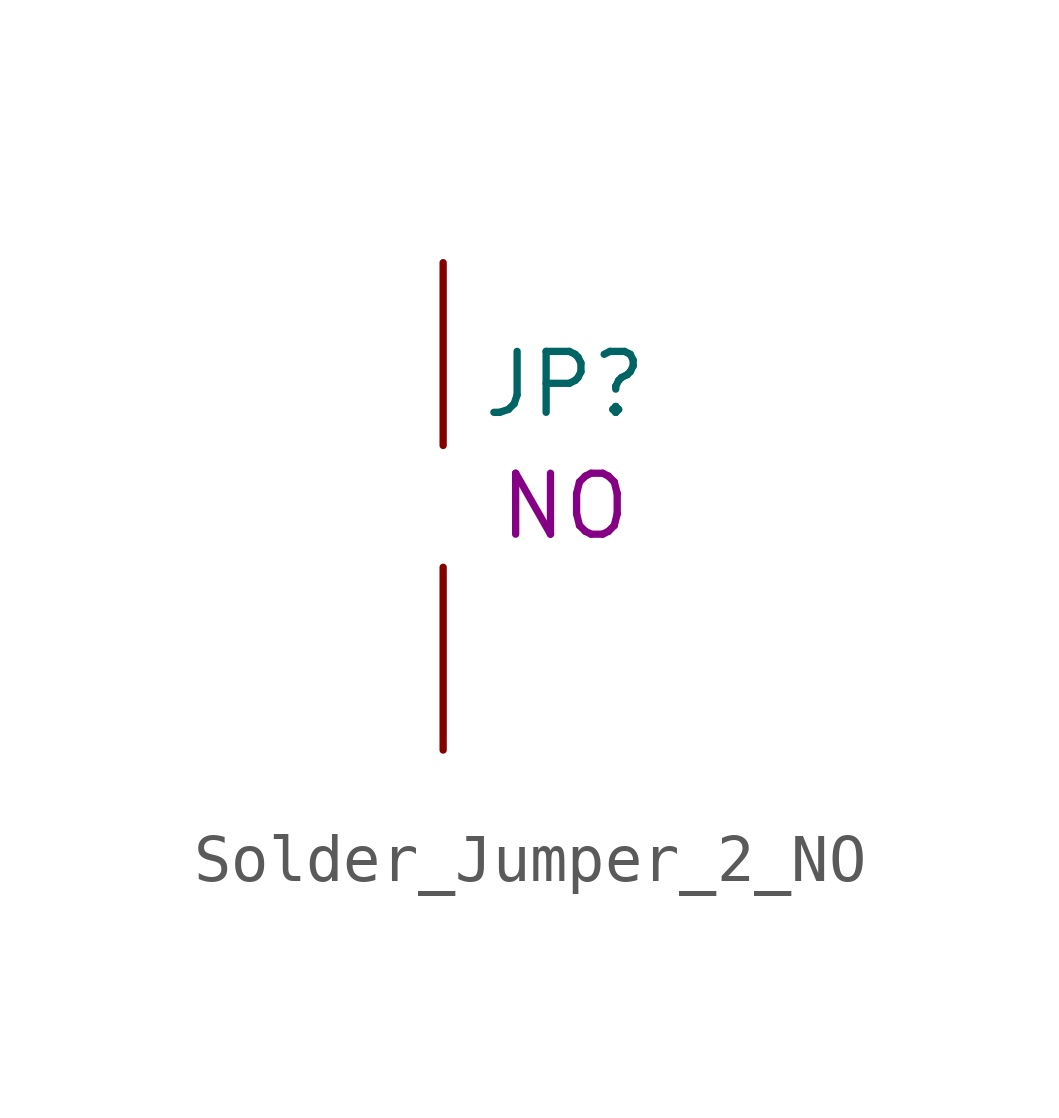
<source format=kicad_sym>
(kicad_symbol_lib
  (version 20231120)
  (generator "kicad_symbol_editor")
  (generator_version "8.0")
  (symbol "Solder_Jumper_2_NO"
    (pin_numbers hide)
    (property "Reference" "JP"
      (at 2.54 2.54 0)
      (effects (font (size 1.27 1.27))))
    (property "Display Value" "NO"
      (at 2.54 0 0)
      (effects (font (size 1.27 1.27))))
    (symbol "Solder_Jumper_2_NO_1_1"
      (pin unspecified line (at 0 -5.08 90) (length 3.81) (name "" (effects (font (size 1.27 1.27)))) (number "1" (effects (font (size 1.27 1.27)))))
      (pin unspecified line (at 0 5.08 270) (length 3.81) (name "" (effects (font (size 1.27 1.27)))) (number "2" (effects (font (size 1.27 1.27))))))))
</source>
